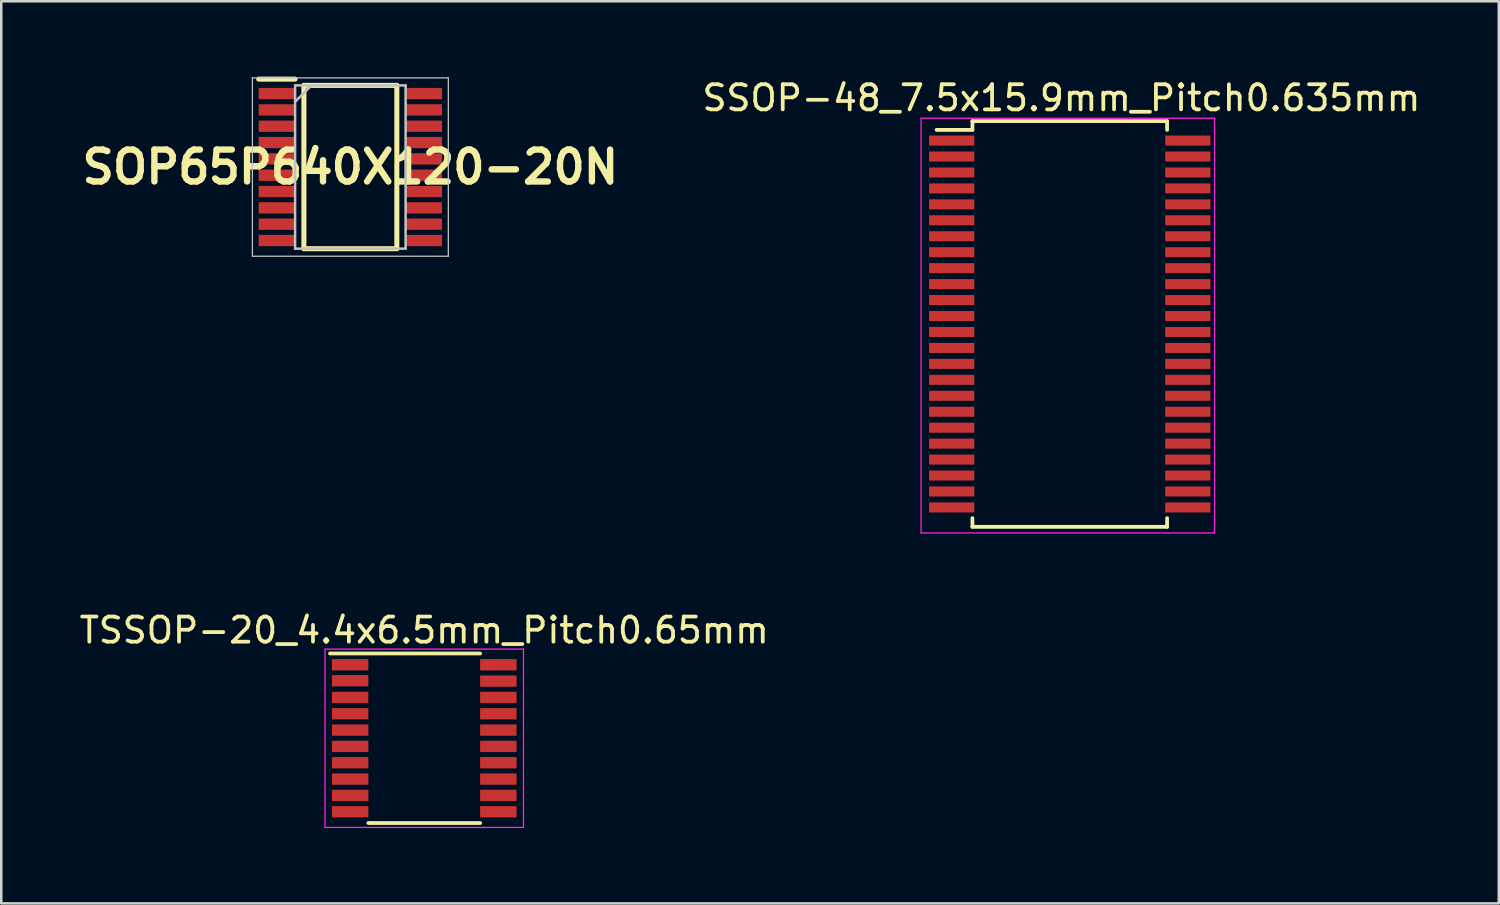
<source format=kicad_pcb>
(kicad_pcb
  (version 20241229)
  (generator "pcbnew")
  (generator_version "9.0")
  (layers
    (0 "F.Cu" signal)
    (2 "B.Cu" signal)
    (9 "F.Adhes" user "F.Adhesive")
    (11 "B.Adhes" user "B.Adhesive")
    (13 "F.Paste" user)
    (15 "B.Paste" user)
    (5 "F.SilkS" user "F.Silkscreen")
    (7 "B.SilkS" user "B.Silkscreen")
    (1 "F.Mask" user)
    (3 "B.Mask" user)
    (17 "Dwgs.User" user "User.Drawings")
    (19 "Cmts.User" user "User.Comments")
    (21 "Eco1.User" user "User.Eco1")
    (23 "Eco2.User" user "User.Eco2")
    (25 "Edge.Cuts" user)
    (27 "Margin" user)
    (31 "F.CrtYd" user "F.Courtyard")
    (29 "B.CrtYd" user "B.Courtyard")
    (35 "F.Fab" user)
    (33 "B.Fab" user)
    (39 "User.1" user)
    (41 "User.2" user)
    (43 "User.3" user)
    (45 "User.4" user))
  (footprint "SOP65P640X120-20N"
    (layer "F.Cu")
    (at 10.898 3.6)
    (property "Reference" "SOP65P640X120-20N" (at 0 0 0) (layer "F.SilkS") (effects (font (size 1.27 1.27) (thickness 0.254))))
    (attr smd)
    (fp_line (start -3.65 -3.5) (end -2.2 -3.5) (stroke (width 0.2) (type solid)) (layer "F.SilkS"))
    (fp_line (start -1.85 -3.25) (end 1.85 -3.25) (stroke (width 0.2) (type solid)) (layer "F.SilkS"))
    (fp_line (start -1.85 3.25) (end -1.85 -3.25) (stroke (width 0.2) (type solid)) (layer "F.SilkS"))
    (fp_line (start 1.85 -3.25) (end 1.85 3.25) (stroke (width 0.2) (type solid)) (layer "F.SilkS"))
    (fp_line (start 1.85 3.25) (end -1.85 3.25) (stroke (width 0.2) (type solid)) (layer "F.SilkS"))
    (fp_line (start -3.9 -3.55) (end 3.9 -3.55) (stroke (width 0.05) (type solid)) (layer "Dwgs.User"))
    (fp_line (start -3.9 3.55) (end -3.9 -3.55) (stroke (width 0.05) (type solid)) (layer "Dwgs.User"))
    (fp_line (start -2.2 -3.25) (end 2.2 -3.25) (stroke (width 0.1) (type solid)) (layer "Dwgs.User"))
    (fp_line (start -2.2 -2.6) (end -1.55 -3.25) (stroke (width 0.1) (type solid)) (layer "Dwgs.User"))
    (fp_line (start -2.2 3.25) (end -2.2 -3.25) (stroke (width 0.1) (type solid)) (layer "Dwgs.User"))
    (fp_line (start 2.2 -3.25) (end 2.2 3.25) (stroke (width 0.1) (type solid)) (layer "Dwgs.User"))
    (fp_line (start 2.2 3.25) (end -2.2 3.25) (stroke (width 0.1) (type solid)) (layer "Dwgs.User"))
    (fp_line (start 3.9 -3.55) (end 3.9 3.55) (stroke (width 0.05) (type solid)) (layer "Dwgs.User"))
    (fp_line (start 3.9 3.55) (end -3.9 3.55) (stroke (width 0.05) (type solid)) (layer "Dwgs.User"))
    (pad "1" smd rect (at -2.925 -2.925 90) (size 0.45 1.45) (layers "F.Cu" "F.Mask" "F.Paste"))
    (pad "2" smd rect (at -2.925 -2.275 90) (size 0.45 1.45) (layers "F.Cu" "F.Mask" "F.Paste"))
    (pad "3" smd rect (at -2.925 -1.625 90) (size 0.45 1.45) (layers "F.Cu" "F.Mask" "F.Paste"))
    (pad "4" smd rect (at -2.925 -0.975 90) (size 0.45 1.45) (layers "F.Cu" "F.Mask" "F.Paste"))
    (pad "5" smd rect (at -2.925 -0.325 90) (size 0.45 1.45) (layers "F.Cu" "F.Mask" "F.Paste"))
    (pad "6" smd rect (at -2.925 0.325 90) (size 0.45 1.45) (layers "F.Cu" "F.Mask" "F.Paste"))
    (pad "7" smd rect (at -2.925 0.975 90) (size 0.45 1.45) (layers "F.Cu" "F.Mask" "F.Paste"))
    (pad "8" smd rect (at -2.925 1.625 90) (size 0.45 1.45) (layers "F.Cu" "F.Mask" "F.Paste"))
    (pad "9" smd rect (at -2.925 2.275 90) (size 0.45 1.45) (layers "F.Cu" "F.Mask" "F.Paste"))
    (pad "10" smd rect (at -2.925 2.925 90) (size 0.45 1.45) (layers "F.Cu" "F.Mask" "F.Paste"))
    (pad "11" smd rect (at 2.925 2.925 90) (size 0.45 1.45) (layers "F.Cu" "F.Mask" "F.Paste"))
    (pad "12" smd rect (at 2.925 2.275 90) (size 0.45 1.45) (layers "F.Cu" "F.Mask" "F.Paste"))
    (pad "13" smd rect (at 2.925 1.625 90) (size 0.45 1.45) (layers "F.Cu" "F.Mask" "F.Paste"))
    (pad "14" smd rect (at 2.925 0.975 90) (size 0.45 1.45) (layers "F.Cu" "F.Mask" "F.Paste"))
    (pad "15" smd rect (at 2.925 0.325 90) (size 0.45 1.45) (layers "F.Cu" "F.Mask" "F.Paste"))
    (pad "16" smd rect (at 2.925 -0.325 90) (size 0.45 1.45) (layers "F.Cu" "F.Mask" "F.Paste"))
    (pad "17" smd rect (at 2.925 -0.975 90) (size 0.45 1.45) (layers "F.Cu" "F.Mask" "F.Paste"))
    (pad "18" smd rect (at 2.925 -1.625 90) (size 0.45 1.45) (layers "F.Cu" "F.Mask" "F.Paste"))
    (pad "19" smd rect (at 2.925 -2.275 90) (size 0.45 1.45) (layers "F.Cu" "F.Mask" "F.Paste"))
    (pad "20" smd rect (at 2.925 -2.925 90) (size 0.45 1.45) (layers "F.Cu" "F.Mask" "F.Paste")))
  (footprint "TSSOP-20_4.4x6.5mm_Pitch0.65mm"
    (layer "F.Cu")
    (at 13.839 26.34)
    (property "Reference" "TSSOP-20_4.4x6.5mm_Pitch0.65mm" (at 0 -4.3 0) (layer "F.SilkS") (effects (font (size 1 1) (thickness 0.15))))
    (attr smd)
    (fp_line (start -3.75 -3.375) (end 2.225 -3.375) (stroke (width 0.15) (type solid)) (layer "F.SilkS"))
    (fp_line (start -2.225 3.375) (end 2.225 3.375) (stroke (width 0.15) (type solid)) (layer "F.SilkS"))
    (fp_line (start -3.95 -3.55) (end -3.95 3.55) (stroke (width 0.05) (type solid)) (layer "F.CrtYd"))
    (fp_line (start -3.95 -3.55) (end 3.95 -3.55) (stroke (width 0.05) (type solid)) (layer "F.CrtYd"))
    (fp_line (start -3.95 3.55) (end 3.95 3.55) (stroke (width 0.05) (type solid)) (layer "F.CrtYd"))
    (fp_line (start 3.95 -3.55) (end 3.95 3.55) (stroke (width 0.05) (type solid)) (layer "F.CrtYd"))
    (pad "1" smd rect (at -2.95 -2.925) (size 1.45 0.45) (layers "F.Cu" "F.Mask" "F.Paste"))
    (pad "2" smd rect (at -2.95 -2.29) (size 1.45 0.45) (layers "F.Cu" "F.Mask" "F.Paste"))
    (pad "3" smd rect (at -2.95 -1.625) (size 1.45 0.45) (layers "F.Cu" "F.Mask" "F.Paste"))
    (pad "4" smd rect (at -2.95 -0.975) (size 1.45 0.45) (layers "F.Cu" "F.Mask" "F.Paste"))
    (pad "5" smd rect (at -2.95 -0.325) (size 1.45 0.45) (layers "F.Cu" "F.Mask" "F.Paste"))
    (pad "6" smd rect (at -2.95 0.325) (size 1.45 0.45) (layers "F.Cu" "F.Mask" "F.Paste"))
    (pad "7" smd rect (at -2.95 0.975) (size 1.45 0.45) (layers "F.Cu" "F.Mask" "F.Paste"))
    (pad "8" smd rect (at -2.95 1.625) (size 1.45 0.45) (layers "F.Cu" "F.Mask" "F.Paste"))
    (pad "9" smd rect (at -2.95 2.275) (size 1.45 0.45) (layers "F.Cu" "F.Mask" "F.Paste"))
    (pad "10" smd rect (at -2.95 2.925) (size 1.45 0.45) (layers "F.Cu" "F.Mask" "F.Paste"))
    (pad "11" smd rect (at 2.95 2.925) (size 1.45 0.45) (layers "F.Cu" "F.Mask" "F.Paste"))
    (pad "12" smd rect (at 2.95 2.275) (size 1.45 0.45) (layers "F.Cu" "F.Mask" "F.Paste"))
    (pad "13" smd rect (at 2.95 1.625) (size 1.45 0.45) (layers "F.Cu" "F.Mask" "F.Paste"))
    (pad "14" smd rect (at 2.95 0.975) (size 1.45 0.45) (layers "F.Cu" "F.Mask" "F.Paste"))
    (pad "15" smd rect (at 2.95 0.325) (size 1.45 0.45) (layers "F.Cu" "F.Mask" "F.Paste"))
    (pad "16" smd rect (at 2.95 -0.325) (size 1.45 0.45) (layers "F.Cu" "F.Mask" "F.Paste"))
    (pad "17" smd rect (at 2.95 -0.975) (size 1.45 0.45) (layers "F.Cu" "F.Mask" "F.Paste"))
    (pad "18" smd rect (at 2.95 -1.625) (size 1.45 0.45) (layers "F.Cu" "F.Mask" "F.Paste"))
    (pad "19" smd rect (at 2.95 -2.275) (size 1.45 0.45) (layers "F.Cu" "F.Mask" "F.Paste"))
    (pad "20" smd rect (at 2.95 -2.925) (size 1.45 0.45) (layers "F.Cu" "F.Mask" "F.Paste")))
  (footprint "SSOP-48_7.5x15.9mm_Pitch0.635mm"
    (layer "F.Cu")
    (at 39.206 9.531)
    (property "Reference" "SSOP-48_7.5x15.9mm_Pitch0.635mm" (at 0 -8.682 0) (layer "F.SilkS") (effects (font (size 1 1) (thickness 0.15))))
    (attr smd)
    (fp_line (start -3.544 -7.758) (end -3.544 -7.41) (stroke (width 0.15) (type solid)) (layer "F.SilkS"))
    (fp_line (start -3.544 -7.758) (end 4.206 -7.758) (stroke (width 0.15) (type solid)) (layer "F.SilkS"))
    (fp_line (start -3.544 -7.41) (end -4.969 -7.41) (stroke (width 0.15) (type solid)) (layer "F.SilkS"))
    (fp_line (start -3.544 8.393) (end -3.544 8.045) (stroke (width 0.15) (type solid)) (layer "F.SilkS"))
    (fp_line (start -3.544 8.393) (end 4.206 8.393) (stroke (width 0.15) (type solid)) (layer "F.SilkS"))
    (fp_line (start 4.206 -7.758) (end 4.206 -7.41) (stroke (width 0.15) (type solid)) (layer "F.SilkS"))
    (fp_line (start 4.206 8.393) (end 4.206 8.045) (stroke (width 0.15) (type solid)) (layer "F.SilkS"))
    (fp_line (start -5.588 -7.874) (end -5.588 8.636) (stroke (width 0.05) (type solid)) (layer "F.CrtYd"))
    (fp_line (start -5.588 -7.874) (end 6.096 -7.874) (stroke (width 0.05) (type solid)) (layer "F.CrtYd"))
    (fp_line (start -5.588 8.636) (end 6.096 8.636) (stroke (width 0.05) (type solid)) (layer "F.CrtYd"))
    (fp_line (start 6.096 -7.874) (end 6.096 8.636) (stroke (width 0.05) (type solid)) (layer "F.CrtYd"))
    (pad "1" smd rect (at -4.369 -6.985) (size 1.8 0.4) (layers "F.Cu" "F.Mask" "F.Paste"))
    (pad "2" smd rect (at -4.369 -6.35) (size 1.8 0.4) (layers "F.Cu" "F.Mask" "F.Paste"))
    (pad "3" smd rect (at -4.369 -5.715) (size 1.8 0.4) (layers "F.Cu" "F.Mask" "F.Paste"))
    (pad "4" smd rect (at -4.369 -5.08) (size 1.8 0.4) (layers "F.Cu" "F.Mask" "F.Paste"))
    (pad "5" smd rect (at -4.369 -4.445) (size 1.8 0.4) (layers "F.Cu" "F.Mask" "F.Paste"))
    (pad "6" smd rect (at -4.369 -3.81) (size 1.8 0.4) (layers "F.Cu" "F.Mask" "F.Paste"))
    (pad "7" smd rect (at -4.369 -3.175) (size 1.8 0.4) (layers "F.Cu" "F.Mask" "F.Paste"))
    (pad "8" smd rect (at -4.369 -2.54) (size 1.8 0.4) (layers "F.Cu" "F.Mask" "F.Paste"))
    (pad "9" smd rect (at -4.369 -1.905) (size 1.8 0.4) (layers "F.Cu" "F.Mask" "F.Paste"))
    (pad "10" smd rect (at -4.369 -1.27) (size 1.8 0.4) (layers "F.Cu" "F.Mask" "F.Paste"))
    (pad "11" smd rect (at -4.369 -0.635) (size 1.8 0.4) (layers "F.Cu" "F.Mask" "F.Paste"))
    (pad "12" smd rect (at -4.369 0) (size 1.8 0.4) (layers "F.Cu" "F.Mask" "F.Paste"))
    (pad "13" smd rect (at -4.369 0.635) (size 1.8 0.4) (layers "F.Cu" "F.Mask" "F.Paste"))
    (pad "14" smd rect (at -4.369 1.27) (size 1.8 0.4) (layers "F.Cu" "F.Mask" "F.Paste"))
    (pad "15" smd rect (at -4.369 1.905) (size 1.8 0.4) (layers "F.Cu" "F.Mask" "F.Paste"))
    (pad "16" smd rect (at -4.369 2.54) (size 1.8 0.4) (layers "F.Cu" "F.Mask" "F.Paste"))
    (pad "17" smd rect (at -4.369 3.175) (size 1.8 0.4) (layers "F.Cu" "F.Mask" "F.Paste"))
    (pad "18" smd rect (at -4.369 3.81) (size 1.8 0.4) (layers "F.Cu" "F.Mask" "F.Paste"))
    (pad "19" smd rect (at -4.369 4.445) (size 1.8 0.4) (layers "F.Cu" "F.Mask" "F.Paste"))
    (pad "20" smd rect (at -4.369 5.08) (size 1.8 0.4) (layers "F.Cu" "F.Mask" "F.Paste"))
    (pad "21" smd rect (at -4.369 5.715) (size 1.8 0.4) (layers "F.Cu" "F.Mask" "F.Paste"))
    (pad "22" smd rect (at -4.369 6.35) (size 1.8 0.4) (layers "F.Cu" "F.Mask" "F.Paste"))
    (pad "23" smd rect (at -4.369 6.985) (size 1.8 0.4) (layers "F.Cu" "F.Mask" "F.Paste"))
    (pad "24" smd rect (at -4.369 7.62) (size 1.8 0.4) (layers "F.Cu" "F.Mask" "F.Paste"))
    (pad "25" smd rect (at 5.031 7.62) (size 1.8 0.4) (layers "F.Cu" "F.Mask" "F.Paste"))
    (pad "26" smd rect (at 5.031 6.985) (size 1.8 0.4) (layers "F.Cu" "F.Mask" "F.Paste"))
    (pad "27" smd rect (at 5.031 6.35) (size 1.8 0.4) (layers "F.Cu" "F.Mask" "F.Paste"))
    (pad "28" smd rect (at 5.031 5.715) (size 1.8 0.4) (layers "F.Cu" "F.Mask" "F.Paste"))
    (pad "29" smd rect (at 5.031 5.08) (size 1.8 0.4) (layers "F.Cu" "F.Mask" "F.Paste"))
    (pad "30" smd rect (at 5.031 4.445) (size 1.8 0.4) (layers "F.Cu" "F.Mask" "F.Paste"))
    (pad "31" smd rect (at 5.031 3.81) (size 1.8 0.4) (layers "F.Cu" "F.Mask" "F.Paste"))
    (pad "32" smd rect (at 5.031 3.175) (size 1.8 0.4) (layers "F.Cu" "F.Mask" "F.Paste"))
    (pad "33" smd rect (at 5.031 2.54) (size 1.8 0.4) (layers "F.Cu" "F.Mask" "F.Paste"))
    (pad "34" smd rect (at 5.031 1.905) (size 1.8 0.4) (layers "F.Cu" "F.Mask" "F.Paste"))
    (pad "35" smd rect (at 5.031 1.27) (size 1.8 0.4) (layers "F.Cu" "F.Mask" "F.Paste"))
    (pad "36" smd rect (at 5.031 0.635) (size 1.8 0.4) (layers "F.Cu" "F.Mask" "F.Paste"))
    (pad "37" smd rect (at 5.031 0) (size 1.8 0.4) (layers "F.Cu" "F.Mask" "F.Paste"))
    (pad "38" smd rect (at 5.031 -0.635) (size 1.8 0.4) (layers "F.Cu" "F.Mask" "F.Paste"))
    (pad "39" smd rect (at 5.031 -1.27) (size 1.8 0.4) (layers "F.Cu" "F.Mask" "F.Paste"))
    (pad "40" smd rect (at 5.031 -1.905) (size 1.8 0.4) (layers "F.Cu" "F.Mask" "F.Paste"))
    (pad "41" smd rect (at 5.031 -2.54) (size 1.8 0.4) (layers "F.Cu" "F.Mask" "F.Paste"))
    (pad "42" smd rect (at 5.031 -3.175) (size 1.8 0.4) (layers "F.Cu" "F.Mask" "F.Paste"))
    (pad "43" smd rect (at 5.031 -3.81) (size 1.8 0.4) (layers "F.Cu" "F.Mask" "F.Paste"))
    (pad "44" smd rect (at 5.031 -4.445) (size 1.8 0.4) (layers "F.Cu" "F.Mask" "F.Paste"))
    (pad "45" smd rect (at 5.031 -5.08) (size 1.8 0.4) (layers "F.Cu" "F.Mask" "F.Paste"))
    (pad "46" smd rect (at 5.031 -5.715) (size 1.8 0.4) (layers "F.Cu" "F.Mask" "F.Paste"))
    (pad "47" smd rect (at 5.031 -6.35) (size 1.8 0.4) (layers "F.Cu" "F.Mask" "F.Paste"))
    (pad "48" smd rect (at 5.031 -6.985) (size 1.8 0.4) (layers "F.Cu" "F.Mask" "F.Paste")))
  (gr_rect
    (start -3 -3)
    (end 56.617 32.915)
    (stroke (width 0.1) (type default))
    (fill no)
    (layer "Edge.Cuts")))
</source>
